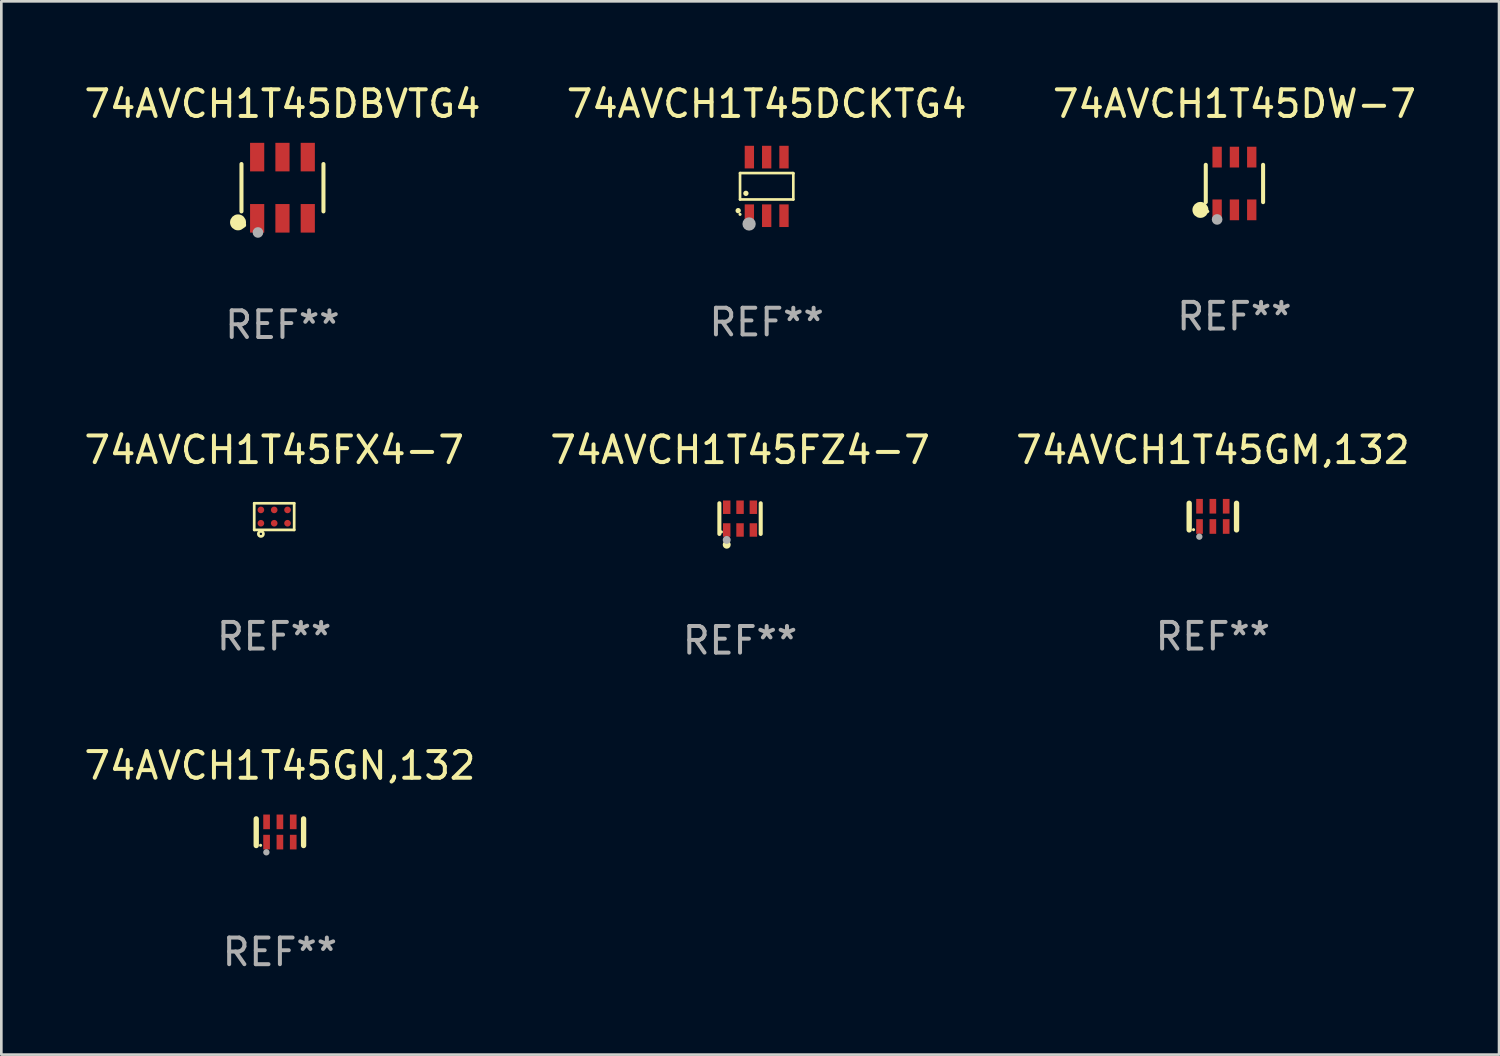
<source format=kicad_pcb>
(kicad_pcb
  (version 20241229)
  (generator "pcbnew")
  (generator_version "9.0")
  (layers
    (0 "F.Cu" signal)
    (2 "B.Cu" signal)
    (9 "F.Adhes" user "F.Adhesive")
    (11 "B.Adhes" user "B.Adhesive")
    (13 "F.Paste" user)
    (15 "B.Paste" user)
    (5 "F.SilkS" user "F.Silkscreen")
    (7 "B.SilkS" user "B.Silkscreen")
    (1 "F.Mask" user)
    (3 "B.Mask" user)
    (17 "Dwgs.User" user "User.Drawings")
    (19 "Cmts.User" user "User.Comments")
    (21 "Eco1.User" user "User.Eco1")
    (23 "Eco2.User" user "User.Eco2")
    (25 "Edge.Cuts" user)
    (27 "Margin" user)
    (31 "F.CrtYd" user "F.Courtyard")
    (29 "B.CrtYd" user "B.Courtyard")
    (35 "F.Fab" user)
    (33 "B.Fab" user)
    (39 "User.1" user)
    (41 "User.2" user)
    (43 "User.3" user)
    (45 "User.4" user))
  (footprint "74AVCH1T45GN,132"
    (layer "F.Cu")
    (at 7.458 28.192)
    (property "Reference" "74AVCH1T45GN,132" (at 0 -2.5 0) (layer "F.SilkS") (effects (font (size 1 1) (thickness 0.15))))
    (attr through_hole)
    (fp_line (start -0.889 0.5) (end -0.889 -0.5) (stroke (width 0.2) (type solid)) (layer "F.SilkS"))
    (fp_line (start 0.889 0.5) (end 0.889 -0.5) (stroke (width 0.2) (type solid)) (layer "F.SilkS"))
    (fp_circle (center -0.725 0.492) (end -0.695 0.492) (stroke (width 0.06) (type solid)) (fill no) (layer "F.SilkS"))
    (fp_circle (center -0.508 0.754) (end -0.448 0.754) (stroke (width 0.12) (type solid)) (fill no) (layer "F.Fab"))
    (fp_text user "REF**" (at 0 4.5 0) (layer "F.Fab") (effects (font (size 1 1) (thickness 0.15))))
    (pad "1" smd rect (at -0.5 0.372) (size 0.25 0.55) (layers "F.Cu" "F.Mask" "F.Paste"))
    (pad "2" smd rect (at -0.000127 0.372) (size 0.25 0.55) (layers "F.Cu" "F.Mask" "F.Paste"))
    (pad "3" smd rect (at 0.5 0.372) (size 0.25 0.55) (layers "F.Cu" "F.Mask" "F.Paste"))
    (pad "4" smd rect (at 0.5 -0.388 180) (size 0.25 0.55) (layers "F.Cu" "F.Mask" "F.Paste"))
    (pad "5" smd rect (at -0.000127 -0.388 180) (size 0.25 0.55) (layers "F.Cu" "F.Mask" "F.Paste"))
    (pad "6" smd rect (at -0.5 -0.388 180) (size 0.25 0.55) (layers "F.Cu" "F.Mask" "F.Paste")))
  (footprint "74AVCH1T45DCKTG4"
    (layer "F.Cu")
    (at 25.732 3.948)
    (property "Reference" "74AVCH1T45DCKTG4" (at 0 -3.1 0) (layer "F.SilkS") (effects (font (size 1 1) (thickness 0.15))))
    (attr through_hole)
    (fp_line (start -1 -0.5) (end -1 0.49) (stroke (width 0.1) (type solid)) (layer "F.SilkS"))
    (fp_line (start -1 0.49) (end 1 0.49) (stroke (width 0.1) (type solid)) (layer "F.SilkS"))
    (fp_line (start 0.99 -0.5) (end -1 -0.5) (stroke (width 0.1) (type solid)) (layer "F.SilkS"))
    (fp_line (start 1 -0.49) (end 0.99 -0.5) (stroke (width 0.1) (type solid)) (layer "F.SilkS"))
    (fp_line (start 1 0.49) (end 1 -0.49) (stroke (width 0.1) (type solid)) (layer "F.SilkS"))
    (fp_circle (center -1.07 0.91) (end -1.02 0.91) (stroke (width 0.1) (type solid)) (fill no) (layer "F.SilkS"))
    (fp_circle (center -1 1.05) (end -0.97 1.05) (stroke (width 0.06) (type solid)) (fill no) (layer "F.SilkS"))
    (fp_circle (center -0.78 0.26) (end -0.73 0.26) (stroke (width 0.1) (type solid)) (fill no) (layer "F.SilkS"))
    (fp_circle (center -0.66 1.41) (end -0.535 1.41) (stroke (width 0.25) (type solid)) (fill no) (layer "F.Fab"))
    (fp_text user "REF**" (at 0 5.1 0) (layer "F.Fab") (effects (font (size 1 1) (thickness 0.15))))
    (pad "1" smd rect (at -0.65 1.1) (size 0.35 0.85) (layers "F.Cu" "F.Mask" "F.Paste"))
    (pad "2" smd rect (at 0 1.1) (size 0.35 0.85) (layers "F.Cu" "F.Mask" "F.Paste"))
    (pad "3" smd rect (at 0.65 1.1) (size 0.35 0.85) (layers "F.Cu" "F.Mask" "F.Paste"))
    (pad "4" smd rect (at 0.65 -1.1) (size 0.35 0.85) (layers "F.Cu" "F.Mask" "F.Paste"))
    (pad "5" smd rect (at 0 -1.1) (size 0.35 0.85) (layers "F.Cu" "F.Mask" "F.Paste"))
    (pad "6" smd rect (at -0.65 -1.1) (size 0.35 0.85) (layers "F.Cu" "F.Mask" "F.Paste")))
  (footprint "74AVCH1T45DBVTG4"
    (layer "F.Cu")
    (at 7.554 3.997)
    (property "Reference" "74AVCH1T45DBVTG4" (at 0 -3.149 0) (layer "F.SilkS") (effects (font (size 1 1) (thickness 0.15))))
    (attr through_hole)
    (fp_line (start -1.539 0.889) (end -1.539 -0.889) (stroke (width 0.152) (type solid)) (layer "F.SilkS"))
    (fp_line (start 1.539 0.889) (end 1.539 -0.889) (stroke (width 0.152) (type solid)) (layer "F.SilkS"))
    (fp_circle (center -1.668 1.301) (end -1.518 1.301) (stroke (width 0.3) (type solid)) (fill no) (layer "F.SilkS"))
    (fp_circle (center -1.463 1.4) (end -1.413 1.4) (stroke (width 0.1) (type solid)) (fill no) (layer "F.SilkS"))
    (fp_circle (center -0.92 1.68) (end -0.82 1.68) (stroke (width 0.2) (type solid)) (fill no) (layer "F.Fab"))
    (fp_text user "REF**" (at 0 5.149 0) (layer "F.Fab") (effects (font (size 1 1) (thickness 0.15))))
    (pad "1" smd rect (at -0.95 1.149) (size 0.532 1.072) (layers "F.Cu" "F.Mask" "F.Paste"))
    (pad "2" smd rect (at 0 1.149) (size 0.532 1.072) (layers "F.Cu" "F.Mask" "F.Paste"))
    (pad "3" smd rect (at 0.95 1.149) (size 0.532 1.072) (layers "F.Cu" "F.Mask" "F.Paste"))
    (pad "4" smd rect (at 0.95 -1.149) (size 0.532 1.072) (layers "F.Cu" "F.Mask" "F.Paste"))
    (pad "5" smd rect (at 0 -1.149) (size 0.532 1.072) (layers "F.Cu" "F.Mask" "F.Paste"))
    (pad "6" smd rect (at -0.95 -1.149) (size 0.532 1.072) (layers "F.Cu" "F.Mask" "F.Paste")))
  (footprint "74AVCH1T45GM,132"
    (layer "F.Cu")
    (at 42.482 16.343)
    (property "Reference" "74AVCH1T45GM,132" (at 0 -2.5 0) (layer "F.SilkS") (effects (font (size 1 1) (thickness 0.15))))
    (attr through_hole)
    (fp_line (start -0.889 0.5) (end -0.889 -0.5) (stroke (width 0.2) (type solid)) (layer "F.SilkS"))
    (fp_line (start 0.889 0.5) (end 0.889 -0.5) (stroke (width 0.2) (type solid)) (layer "F.SilkS"))
    (fp_circle (center -0.725 0.492) (end -0.695 0.492) (stroke (width 0.06) (type solid)) (fill no) (layer "F.SilkS"))
    (fp_circle (center -0.508 0.754) (end -0.448 0.754) (stroke (width 0.12) (type solid)) (fill no) (layer "F.Fab"))
    (fp_text user "REF**" (at 0 4.5 0) (layer "F.Fab") (effects (font (size 1 1) (thickness 0.15))))
    (pad "1" smd rect (at -0.5 0.372) (size 0.25 0.55) (layers "F.Cu" "F.Mask" "F.Paste"))
    (pad "2" smd rect (at -0.000127 0.372) (size 0.25 0.55) (layers "F.Cu" "F.Mask" "F.Paste"))
    (pad "3" smd rect (at 0.5 0.372) (size 0.25 0.55) (layers "F.Cu" "F.Mask" "F.Paste"))
    (pad "4" smd rect (at 0.5 -0.388 180) (size 0.25 0.55) (layers "F.Cu" "F.Mask" "F.Paste"))
    (pad "5" smd rect (at -0.000127 -0.388 180) (size 0.25 0.55) (layers "F.Cu" "F.Mask" "F.Paste"))
    (pad "6" smd rect (at -0.5 -0.388 180) (size 0.25 0.55) (layers "F.Cu" "F.Mask" "F.Paste")))
  (footprint "74AVCH1T45FZ4-7"
    (layer "F.Cu")
    (at 24.732 16.419)
    (property "Reference" "74AVCH1T45FZ4-7" (at 0 -2.576 0) (layer "F.SilkS") (effects (font (size 1 1) (thickness 0.15))))
    (attr through_hole)
    (fp_line (start -0.776 0.576) (end -0.776 -0.576) (stroke (width 0.152) (type solid)) (layer "F.SilkS"))
    (fp_line (start 0.776 0.576) (end 0.776 -0.576) (stroke (width 0.152) (type solid)) (layer "F.SilkS"))
    (fp_circle (center -0.7 0.5) (end -0.67 0.5) (stroke (width 0.06) (type solid)) (fill no) (layer "F.SilkS"))
    (fp_circle (center -0.5 0.98) (end -0.425 0.98) (stroke (width 0.15) (type solid)) (fill no) (layer "F.SilkS"))
    (fp_circle (center -0.5 0.8) (end -0.425 0.8) (stroke (width 0.15) (type solid)) (fill no) (layer "F.Fab"))
    (fp_text user "REF**" (at 0 4.576 0) (layer "F.Fab") (effects (font (size 1 1) (thickness 0.15))))
    (pad "1" smd rect (at -0.5 0.427) (size 0.28 0.505) (layers "F.Cu" "F.Mask" "F.Paste"))
    (pad "2" smd rect (at 0 0.427) (size 0.28 0.505) (layers "F.Cu" "F.Mask" "F.Paste"))
    (pad "3" smd rect (at 0.5 0.427) (size 0.28 0.505) (layers "F.Cu" "F.Mask" "F.Paste"))
    (pad "4" smd rect (at 0.5 -0.427) (size 0.28 0.505) (layers "F.Cu" "F.Mask" "F.Paste"))
    (pad "5" smd rect (at 0 -0.427) (size 0.28 0.505) (layers "F.Cu" "F.Mask" "F.Paste"))
    (pad "6" smd rect (at -0.5 -0.427) (size 0.28 0.505) (layers "F.Cu" "F.Mask" "F.Paste")))
  (footprint "74AVCH1T45DW-7"
    (layer "F.Cu")
    (at 43.292 3.838)
    (property "Reference" "74AVCH1T45DW-7" (at 0 -2.99 0) (layer "F.SilkS") (effects (font (size 1 1) (thickness 0.15))))
    (attr through_hole)
    (fp_line (start -1.076 0.701) (end -1.076 -0.701) (stroke (width 0.152) (type solid)) (layer "F.SilkS"))
    (fp_line (start 1.076 0.701) (end 1.076 -0.701) (stroke (width 0.152) (type solid)) (layer "F.SilkS"))
    (fp_circle (center -1.277 0.992) (end -1.127 0.992) (stroke (width 0.3) (type solid)) (fill no) (layer "F.SilkS"))
    (fp_circle (center -1 1.05) (end -0.97 1.05) (stroke (width 0.06) (type solid)) (fill no) (layer "F.SilkS"))
    (fp_circle (center -0.65 1.35) (end -0.55 1.35) (stroke (width 0.2) (type solid)) (fill no) (layer "F.Fab"))
    (fp_text user "REF**" (at 0 4.99 0) (layer "F.Fab") (effects (font (size 1 1) (thickness 0.15))))
    (pad "1" smd rect (at -0.65 0.99) (size 0.35 0.78) (layers "F.Cu" "F.Mask" "F.Paste"))
    (pad "2" smd rect (at 0 0.99) (size 0.35 0.78) (layers "F.Cu" "F.Mask" "F.Paste"))
    (pad "3" smd rect (at 0.65 0.99) (size 0.35 0.78) (layers "F.Cu" "F.Mask" "F.Paste"))
    (pad "4" smd rect (at 0.65 -0.99) (size 0.35 0.78) (layers "F.Cu" "F.Mask" "F.Paste"))
    (pad "5" smd rect (at 0 -0.99) (size 0.35 0.78) (layers "F.Cu" "F.Mask" "F.Paste"))
    (pad "6" smd rect (at -0.65 -0.99) (size 0.35 0.78) (layers "F.Cu" "F.Mask" "F.Paste")))
  (footprint "74AVCH1T45FX4-7"
    (layer "F.Cu")
    (at 7.244 16.343)
    (property "Reference" "74AVCH1T45FX4-7" (at 0 -2.5 0) (layer "F.SilkS") (effects (font (size 1 1) (thickness 0.15))))
    (attr through_hole)
    (fp_line (start -0.75 -0.5) (end 0.75 -0.5) (stroke (width 0.102) (type solid)) (layer "F.SilkS"))
    (fp_line (start -0.75 0.5) (end -0.75 -0.5) (stroke (width 0.102) (type solid)) (layer "F.SilkS"))
    (fp_line (start -0.75 0.5) (end 0.75 0.5) (stroke (width 0.102) (type solid)) (layer "F.SilkS"))
    (fp_line (start 0.75 -0.5) (end 0.75 0.5) (stroke (width 0.102) (type solid)) (layer "F.SilkS"))
    (fp_circle (center -0.5 0.65) (end -0.455 0.65) (stroke (width 0.102) (type solid)) (fill no) (layer "F.SilkS"))
    (fp_text user "REF**" (at 0 4.5 0) (layer "F.Fab") (effects (font (size 1 1) (thickness 0.15))))
    (pad "1" smd circle (at -0.5 0.25) (size 0.25 0.25) (layers "F.Cu" "F.Mask" "F.Paste"))
    (pad "2" smd circle (at 0 0.25) (size 0.25 0.25) (layers "F.Cu" "F.Mask" "F.Paste"))
    (pad "3" smd circle (at 0.5 0.25) (size 0.25 0.25) (layers "F.Cu" "F.Mask" "F.Paste"))
    (pad "4" smd circle (at 0.5 -0.25) (size 0.25 0.25) (layers "F.Cu" "F.Mask" "F.Paste"))
    (pad "5" smd circle (at 0 -0.25) (size 0.25 0.25) (layers "F.Cu" "F.Mask" "F.Paste"))
    (pad "6" smd circle (at -0.5 -0.25) (size 0.25 0.25) (layers "F.Cu" "F.Mask" "F.Paste")))
  (gr_rect
    (start -3 -3)
    (end 53.226 36.54)
    (stroke (width 0.1) (type default))
    (fill no)
    (layer "Edge.Cuts")))
</source>
